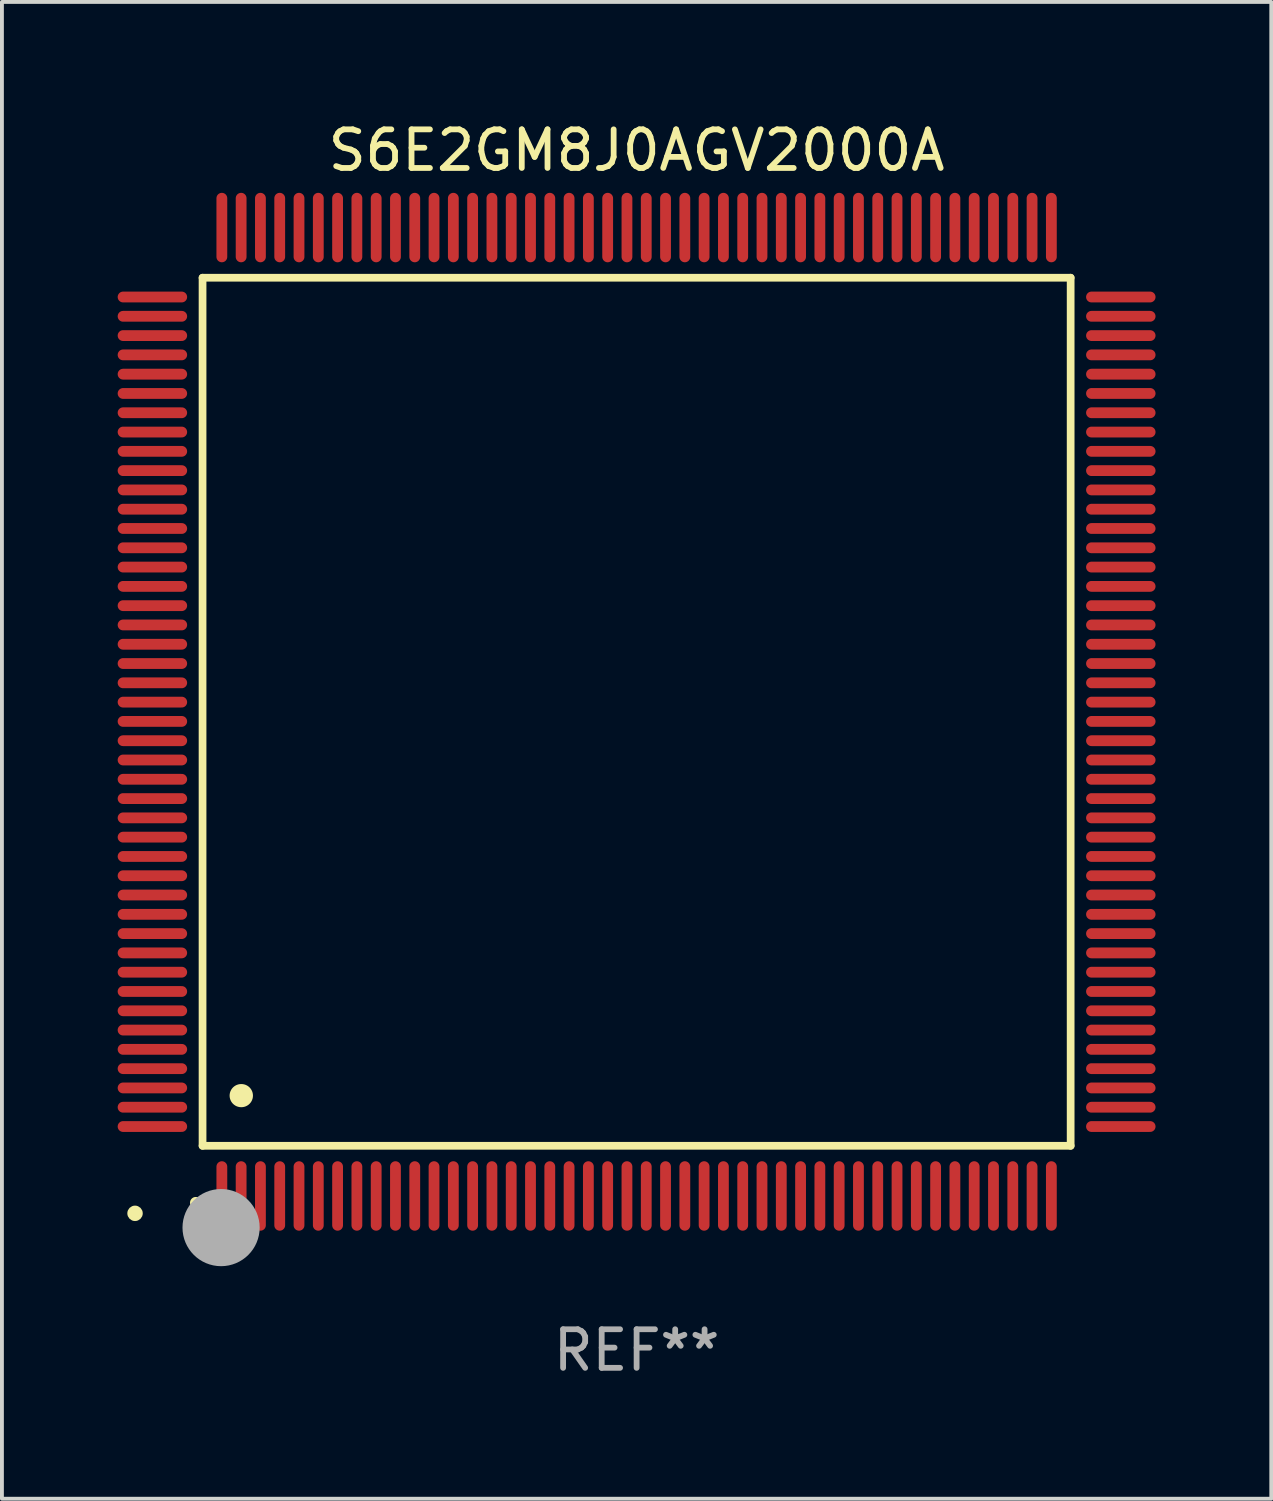
<source format=kicad_pcb>
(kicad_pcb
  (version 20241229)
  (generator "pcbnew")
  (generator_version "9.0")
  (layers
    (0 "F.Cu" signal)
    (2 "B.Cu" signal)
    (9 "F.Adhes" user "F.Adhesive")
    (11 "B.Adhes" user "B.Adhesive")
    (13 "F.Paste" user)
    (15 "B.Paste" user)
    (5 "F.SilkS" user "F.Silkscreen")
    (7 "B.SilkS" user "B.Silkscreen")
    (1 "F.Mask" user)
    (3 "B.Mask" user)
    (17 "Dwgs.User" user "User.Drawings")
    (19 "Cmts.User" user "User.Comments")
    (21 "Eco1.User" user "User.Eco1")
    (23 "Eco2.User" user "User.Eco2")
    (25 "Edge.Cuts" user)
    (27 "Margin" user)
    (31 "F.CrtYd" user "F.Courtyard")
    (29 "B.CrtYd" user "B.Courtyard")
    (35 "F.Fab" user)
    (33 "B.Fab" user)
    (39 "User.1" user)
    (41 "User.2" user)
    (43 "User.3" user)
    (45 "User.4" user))
  (footprint "S6E2GM8J0AGV2000A"
    (layer "F.Cu")
    (at 13.45 15.398)
    (property "Reference" "S6E2GM8J0AGV2000A" (at 0 -14.55 0) (layer "F.SilkS") (effects (font (size 1 1) (thickness 0.15))))
    (attr through_hole)
    (fp_line (start -11.25 -11.25) (end 11.25 -11.25) (stroke (width 0.2) (type solid)) (layer "F.SilkS"))
    (fp_line (start -11.25 11.25) (end -11.25 -11.25) (stroke (width 0.2) (type solid)) (layer "F.SilkS"))
    (fp_line (start 11.25 -11.25) (end 11.25 11.25) (stroke (width 0.2) (type solid)) (layer "F.SilkS"))
    (fp_line (start 11.25 11.25) (end -11.25 11.25) (stroke (width 0.2) (type solid)) (layer "F.SilkS"))
    (fp_arc (start -11.424943 12.725425) (mid -11.423673 12.72542) (end -11.422403 12.725425) (stroke (width 0.3) (type solid)) (layer "F.SilkS"))
    (fp_arc (start -10.24892 9.9492) (mid -10.24638 9.949189) (end -10.24384 9.9492) (stroke (width 0.6) (type solid)) (layer "F.SilkS"))
    (fp_circle (center -13 13) (end -12.9 13) (stroke (width 0.2) (type solid)) (fill no) (layer "F.SilkS"))
    (fp_circle (center -10.77 13.37) (end -10.27 13.37) (stroke (width 1) (type solid)) (fill no) (layer "F.Fab"))
    (fp_text user "REF**" (at 0 16.55 0) (layer "F.Fab") (effects (font (size 1 1) (thickness 0.15))))
    (pad "1" smd oval (at -10.75 12.55) (size 0.28 1.8) (layers "F.Cu" "F.Mask" "F.Paste"))
    (pad "2" smd oval (at -10.25 12.55) (size 0.28 1.8) (layers "F.Cu" "F.Mask" "F.Paste"))
    (pad "3" smd oval (at -9.75 12.55) (size 0.28 1.8) (layers "F.Cu" "F.Mask" "F.Paste"))
    (pad "4" smd oval (at -9.25 12.55) (size 0.28 1.8) (layers "F.Cu" "F.Mask" "F.Paste"))
    (pad "5" smd oval (at -8.75 12.55) (size 0.28 1.8) (layers "F.Cu" "F.Mask" "F.Paste"))
    (pad "6" smd oval (at -8.25 12.55) (size 0.28 1.8) (layers "F.Cu" "F.Mask" "F.Paste"))
    (pad "7" smd oval (at -7.75 12.55) (size 0.28 1.8) (layers "F.Cu" "F.Mask" "F.Paste"))
    (pad "8" smd oval (at -7.25 12.55) (size 0.28 1.8) (layers "F.Cu" "F.Mask" "F.Paste"))
    (pad "9" smd oval (at -6.75 12.55) (size 0.28 1.8) (layers "F.Cu" "F.Mask" "F.Paste"))
    (pad "10" smd oval (at -6.25 12.55) (size 0.28 1.8) (layers "F.Cu" "F.Mask" "F.Paste"))
    (pad "11" smd oval (at -5.75 12.55) (size 0.28 1.8) (layers "F.Cu" "F.Mask" "F.Paste"))
    (pad "12" smd oval (at -5.25 12.55) (size 0.28 1.8) (layers "F.Cu" "F.Mask" "F.Paste"))
    (pad "13" smd oval (at -4.75 12.55) (size 0.28 1.8) (layers "F.Cu" "F.Mask" "F.Paste"))
    (pad "14" smd oval (at -4.25 12.55) (size 0.28 1.8) (layers "F.Cu" "F.Mask" "F.Paste"))
    (pad "15" smd oval (at -3.75 12.55) (size 0.28 1.8) (layers "F.Cu" "F.Mask" "F.Paste"))
    (pad "16" smd oval (at -3.25 12.55) (size 0.28 1.8) (layers "F.Cu" "F.Mask" "F.Paste"))
    (pad "17" smd oval (at -2.75 12.55) (size 0.28 1.8) (layers "F.Cu" "F.Mask" "F.Paste"))
    (pad "18" smd oval (at -2.25 12.55) (size 0.28 1.8) (layers "F.Cu" "F.Mask" "F.Paste"))
    (pad "19" smd oval (at -1.75 12.55) (size 0.28 1.8) (layers "F.Cu" "F.Mask" "F.Paste"))
    (pad "20" smd oval (at -1.25 12.55) (size 0.28 1.8) (layers "F.Cu" "F.Mask" "F.Paste"))
    (pad "21" smd oval (at -0.75 12.55) (size 0.28 1.8) (layers "F.Cu" "F.Mask" "F.Paste"))
    (pad "22" smd oval (at -0.25 12.55) (size 0.28 1.8) (layers "F.Cu" "F.Mask" "F.Paste"))
    (pad "23" smd oval (at 0.25 12.55) (size 0.28 1.8) (layers "F.Cu" "F.Mask" "F.Paste"))
    (pad "24" smd oval (at 0.75 12.55) (size 0.28 1.8) (layers "F.Cu" "F.Mask" "F.Paste"))
    (pad "25" smd oval (at 1.25 12.55) (size 0.28 1.8) (layers "F.Cu" "F.Mask" "F.Paste"))
    (pad "26" smd oval (at 1.75 12.55) (size 0.28 1.8) (layers "F.Cu" "F.Mask" "F.Paste"))
    (pad "27" smd oval (at 2.25 12.55) (size 0.28 1.8) (layers "F.Cu" "F.Mask" "F.Paste"))
    (pad "28" smd oval (at 2.75 12.55) (size 0.28 1.8) (layers "F.Cu" "F.Mask" "F.Paste"))
    (pad "29" smd oval (at 3.25 12.55) (size 0.28 1.8) (layers "F.Cu" "F.Mask" "F.Paste"))
    (pad "30" smd oval (at 3.75 12.55) (size 0.28 1.8) (layers "F.Cu" "F.Mask" "F.Paste"))
    (pad "31" smd oval (at 4.25 12.55) (size 0.28 1.8) (layers "F.Cu" "F.Mask" "F.Paste"))
    (pad "32" smd oval (at 4.75 12.55) (size 0.28 1.8) (layers "F.Cu" "F.Mask" "F.Paste"))
    (pad "33" smd oval (at 5.25 12.55) (size 0.28 1.8) (layers "F.Cu" "F.Mask" "F.Paste"))
    (pad "34" smd oval (at 5.75 12.55) (size 0.28 1.8) (layers "F.Cu" "F.Mask" "F.Paste"))
    (pad "35" smd oval (at 6.25 12.55) (size 0.28 1.8) (layers "F.Cu" "F.Mask" "F.Paste"))
    (pad "36" smd oval (at 6.75 12.55) (size 0.28 1.8) (layers "F.Cu" "F.Mask" "F.Paste"))
    (pad "37" smd oval (at 7.25 12.55) (size 0.28 1.8) (layers "F.Cu" "F.Mask" "F.Paste"))
    (pad "38" smd oval (at 7.75 12.55) (size 0.28 1.8) (layers "F.Cu" "F.Mask" "F.Paste"))
    (pad "39" smd oval (at 8.25 12.55) (size 0.28 1.8) (layers "F.Cu" "F.Mask" "F.Paste"))
    (pad "40" smd oval (at 8.75 12.55) (size 0.28 1.8) (layers "F.Cu" "F.Mask" "F.Paste"))
    (pad "41" smd oval (at 9.25 12.55) (size 0.28 1.8) (layers "F.Cu" "F.Mask" "F.Paste"))
    (pad "42" smd oval (at 9.75 12.55) (size 0.28 1.8) (layers "F.Cu" "F.Mask" "F.Paste"))
    (pad "43" smd oval (at 10.25 12.55) (size 0.28 1.8) (layers "F.Cu" "F.Mask" "F.Paste"))
    (pad "44" smd oval (at 10.75 12.55) (size 0.28 1.8) (layers "F.Cu" "F.Mask" "F.Paste"))
    (pad "45" smd oval (at 12.55 10.75) (size 1.8 0.28) (layers "F.Cu" "F.Mask" "F.Paste"))
    (pad "46" smd oval (at 12.55 10.25) (size 1.8 0.28) (layers "F.Cu" "F.Mask" "F.Paste"))
    (pad "47" smd oval (at 12.55 9.75) (size 1.8 0.28) (layers "F.Cu" "F.Mask" "F.Paste"))
    (pad "48" smd oval (at 12.55 9.25) (size 1.8 0.28) (layers "F.Cu" "F.Mask" "F.Paste"))
    (pad "49" smd oval (at 12.55 8.75) (size 1.8 0.28) (layers "F.Cu" "F.Mask" "F.Paste"))
    (pad "50" smd oval (at 12.55 8.25) (size 1.8 0.28) (layers "F.Cu" "F.Mask" "F.Paste"))
    (pad "51" smd oval (at 12.55 7.75) (size 1.8 0.28) (layers "F.Cu" "F.Mask" "F.Paste"))
    (pad "52" smd oval (at 12.55 7.25) (size 1.8 0.28) (layers "F.Cu" "F.Mask" "F.Paste"))
    (pad "53" smd oval (at 12.55 6.75) (size 1.8 0.28) (layers "F.Cu" "F.Mask" "F.Paste"))
    (pad "54" smd oval (at 12.55 6.25) (size 1.8 0.28) (layers "F.Cu" "F.Mask" "F.Paste"))
    (pad "55" smd oval (at 12.55 5.75) (size 1.8 0.28) (layers "F.Cu" "F.Mask" "F.Paste"))
    (pad "56" smd oval (at 12.55 5.25) (size 1.8 0.28) (layers "F.Cu" "F.Mask" "F.Paste"))
    (pad "57" smd oval (at 12.55 4.75) (size 1.8 0.28) (layers "F.Cu" "F.Mask" "F.Paste"))
    (pad "58" smd oval (at 12.55 4.25) (size 1.8 0.28) (layers "F.Cu" "F.Mask" "F.Paste"))
    (pad "59" smd oval (at 12.55 3.75) (size 1.8 0.28) (layers "F.Cu" "F.Mask" "F.Paste"))
    (pad "60" smd oval (at 12.55 3.25) (size 1.8 0.28) (layers "F.Cu" "F.Mask" "F.Paste"))
    (pad "61" smd oval (at 12.55 2.75) (size 1.8 0.28) (layers "F.Cu" "F.Mask" "F.Paste"))
    (pad "62" smd oval (at 12.55 2.25) (size 1.8 0.28) (layers "F.Cu" "F.Mask" "F.Paste"))
    (pad "63" smd oval (at 12.55 1.75) (size 1.8 0.28) (layers "F.Cu" "F.Mask" "F.Paste"))
    (pad "64" smd oval (at 12.55 1.25) (size 1.8 0.28) (layers "F.Cu" "F.Mask" "F.Paste"))
    (pad "65" smd oval (at 12.55 0.75) (size 1.8 0.28) (layers "F.Cu" "F.Mask" "F.Paste"))
    (pad "66" smd oval (at 12.55 0.25) (size 1.8 0.28) (layers "F.Cu" "F.Mask" "F.Paste"))
    (pad "67" smd oval (at 12.55 -0.25) (size 1.8 0.28) (layers "F.Cu" "F.Mask" "F.Paste"))
    (pad "68" smd oval (at 12.55 -0.75) (size 1.8 0.28) (layers "F.Cu" "F.Mask" "F.Paste"))
    (pad "69" smd oval (at 12.55 -1.25) (size 1.8 0.28) (layers "F.Cu" "F.Mask" "F.Paste"))
    (pad "70" smd oval (at 12.55 -1.75) (size 1.8 0.28) (layers "F.Cu" "F.Mask" "F.Paste"))
    (pad "71" smd oval (at 12.55 -2.25) (size 1.8 0.28) (layers "F.Cu" "F.Mask" "F.Paste"))
    (pad "72" smd oval (at 12.55 -2.75) (size 1.8 0.28) (layers "F.Cu" "F.Mask" "F.Paste"))
    (pad "73" smd oval (at 12.55 -3.25) (size 1.8 0.28) (layers "F.Cu" "F.Mask" "F.Paste"))
    (pad "74" smd oval (at 12.55 -3.75) (size 1.8 0.28) (layers "F.Cu" "F.Mask" "F.Paste"))
    (pad "75" smd oval (at 12.55 -4.25) (size 1.8 0.28) (layers "F.Cu" "F.Mask" "F.Paste"))
    (pad "76" smd oval (at 12.55 -4.75) (size 1.8 0.28) (layers "F.Cu" "F.Mask" "F.Paste"))
    (pad "77" smd oval (at 12.55 -5.25) (size 1.8 0.28) (layers "F.Cu" "F.Mask" "F.Paste"))
    (pad "78" smd oval (at 12.55 -5.75) (size 1.8 0.28) (layers "F.Cu" "F.Mask" "F.Paste"))
    (pad "79" smd oval (at 12.55 -6.25) (size 1.8 0.28) (layers "F.Cu" "F.Mask" "F.Paste"))
    (pad "80" smd oval (at 12.55 -6.75) (size 1.8 0.28) (layers "F.Cu" "F.Mask" "F.Paste"))
    (pad "81" smd oval (at 12.55 -7.25) (size 1.8 0.28) (layers "F.Cu" "F.Mask" "F.Paste"))
    (pad "82" smd oval (at 12.55 -7.75) (size 1.8 0.28) (layers "F.Cu" "F.Mask" "F.Paste"))
    (pad "83" smd oval (at 12.55 -8.25) (size 1.8 0.28) (layers "F.Cu" "F.Mask" "F.Paste"))
    (pad "84" smd oval (at 12.55 -8.75) (size 1.8 0.28) (layers "F.Cu" "F.Mask" "F.Paste"))
    (pad "85" smd oval (at 12.55 -9.25) (size 1.8 0.28) (layers "F.Cu" "F.Mask" "F.Paste"))
    (pad "86" smd oval (at 12.55 -9.75) (size 1.8 0.28) (layers "F.Cu" "F.Mask" "F.Paste"))
    (pad "87" smd oval (at 12.55 -10.25) (size 1.8 0.28) (layers "F.Cu" "F.Mask" "F.Paste"))
    (pad "88" smd oval (at 12.55 -10.75) (size 1.8 0.28) (layers "F.Cu" "F.Mask" "F.Paste"))
    (pad "89" smd oval (at 10.75 -12.55) (size 0.28 1.8) (layers "F.Cu" "F.Mask" "F.Paste"))
    (pad "90" smd oval (at 10.25 -12.55) (size 0.28 1.8) (layers "F.Cu" "F.Mask" "F.Paste"))
    (pad "91" smd oval (at 9.75 -12.55) (size 0.28 1.8) (layers "F.Cu" "F.Mask" "F.Paste"))
    (pad "92" smd oval (at 9.25 -12.55) (size 0.28 1.8) (layers "F.Cu" "F.Mask" "F.Paste"))
    (pad "93" smd oval (at 8.75 -12.55) (size 0.28 1.8) (layers "F.Cu" "F.Mask" "F.Paste"))
    (pad "94" smd oval (at 8.25 -12.55) (size 0.28 1.8) (layers "F.Cu" "F.Mask" "F.Paste"))
    (pad "95" smd oval (at 7.75 -12.55) (size 0.28 1.8) (layers "F.Cu" "F.Mask" "F.Paste"))
    (pad "96" smd oval (at 7.25 -12.55) (size 0.28 1.8) (layers "F.Cu" "F.Mask" "F.Paste"))
    (pad "97" smd oval (at 6.75 -12.55) (size 0.28 1.8) (layers "F.Cu" "F.Mask" "F.Paste"))
    (pad "98" smd oval (at 6.25 -12.55) (size 0.28 1.8) (layers "F.Cu" "F.Mask" "F.Paste"))
    (pad "99" smd oval (at 5.75 -12.55) (size 0.28 1.8) (layers "F.Cu" "F.Mask" "F.Paste"))
    (pad "100" smd oval (at 5.25 -12.55) (size 0.28 1.8) (layers "F.Cu" "F.Mask" "F.Paste"))
    (pad "101" smd oval (at 4.75 -12.55) (size 0.28 1.8) (layers "F.Cu" "F.Mask" "F.Paste"))
    (pad "102" smd oval (at 4.25 -12.55) (size 0.28 1.8) (layers "F.Cu" "F.Mask" "F.Paste"))
    (pad "103" smd oval (at 3.75 -12.55) (size 0.28 1.8) (layers "F.Cu" "F.Mask" "F.Paste"))
    (pad "104" smd oval (at 3.25 -12.55) (size 0.28 1.8) (layers "F.Cu" "F.Mask" "F.Paste"))
    (pad "105" smd oval (at 2.75 -12.55) (size 0.28 1.8) (layers "F.Cu" "F.Mask" "F.Paste"))
    (pad "106" smd oval (at 2.25 -12.55) (size 0.28 1.8) (layers "F.Cu" "F.Mask" "F.Paste"))
    (pad "107" smd oval (at 1.75 -12.55) (size 0.28 1.8) (layers "F.Cu" "F.Mask" "F.Paste"))
    (pad "108" smd oval (at 1.25 -12.55) (size 0.28 1.8) (layers "F.Cu" "F.Mask" "F.Paste"))
    (pad "109" smd oval (at 0.75 -12.55) (size 0.28 1.8) (layers "F.Cu" "F.Mask" "F.Paste"))
    (pad "110" smd oval (at 0.25 -12.55) (size 0.28 1.8) (layers "F.Cu" "F.Mask" "F.Paste"))
    (pad "111" smd oval (at -0.25 -12.55) (size 0.28 1.8) (layers "F.Cu" "F.Mask" "F.Paste"))
    (pad "112" smd oval (at -0.75 -12.55) (size 0.28 1.8) (layers "F.Cu" "F.Mask" "F.Paste"))
    (pad "113" smd oval (at -1.25 -12.55) (size 0.28 1.8) (layers "F.Cu" "F.Mask" "F.Paste"))
    (pad "114" smd oval (at -1.75 -12.55) (size 0.28 1.8) (layers "F.Cu" "F.Mask" "F.Paste"))
    (pad "115" smd oval (at -2.25 -12.55) (size 0.28 1.8) (layers "F.Cu" "F.Mask" "F.Paste"))
    (pad "116" smd oval (at -2.75 -12.55) (size 0.28 1.8) (layers "F.Cu" "F.Mask" "F.Paste"))
    (pad "117" smd oval (at -3.25 -12.55) (size 0.28 1.8) (layers "F.Cu" "F.Mask" "F.Paste"))
    (pad "118" smd oval (at -3.75 -12.55) (size 0.28 1.8) (layers "F.Cu" "F.Mask" "F.Paste"))
    (pad "119" smd oval (at -4.25 -12.55) (size 0.28 1.8) (layers "F.Cu" "F.Mask" "F.Paste"))
    (pad "120" smd oval (at -4.75 -12.55) (size 0.28 1.8) (layers "F.Cu" "F.Mask" "F.Paste"))
    (pad "121" smd oval (at -5.25 -12.55) (size 0.28 1.8) (layers "F.Cu" "F.Mask" "F.Paste"))
    (pad "122" smd oval (at -5.75 -12.55) (size 0.28 1.8) (layers "F.Cu" "F.Mask" "F.Paste"))
    (pad "123" smd oval (at -6.25 -12.55) (size 0.28 1.8) (layers "F.Cu" "F.Mask" "F.Paste"))
    (pad "124" smd oval (at -6.75 -12.55) (size 0.28 1.8) (layers "F.Cu" "F.Mask" "F.Paste"))
    (pad "125" smd oval (at -7.25 -12.55) (size 0.28 1.8) (layers "F.Cu" "F.Mask" "F.Paste"))
    (pad "126" smd oval (at -7.75 -12.55) (size 0.28 1.8) (layers "F.Cu" "F.Mask" "F.Paste"))
    (pad "127" smd oval (at -8.25 -12.55) (size 0.28 1.8) (layers "F.Cu" "F.Mask" "F.Paste"))
    (pad "128" smd oval (at -8.75 -12.55) (size 0.28 1.8) (layers "F.Cu" "F.Mask" "F.Paste"))
    (pad "129" smd oval (at -9.25 -12.55) (size 0.28 1.8) (layers "F.Cu" "F.Mask" "F.Paste"))
    (pad "130" smd oval (at -9.75 -12.55) (size 0.28 1.8) (layers "F.Cu" "F.Mask" "F.Paste"))
    (pad "131" smd oval (at -10.25 -12.55) (size 0.28 1.8) (layers "F.Cu" "F.Mask" "F.Paste"))
    (pad "132" smd oval (at -10.75 -12.55) (size 0.28 1.8) (layers "F.Cu" "F.Mask" "F.Paste"))
    (pad "133" smd oval (at -12.55 -10.75) (size 1.8 0.28) (layers "F.Cu" "F.Mask" "F.Paste"))
    (pad "134" smd oval (at -12.55 -10.25) (size 1.8 0.28) (layers "F.Cu" "F.Mask" "F.Paste"))
    (pad "135" smd oval (at -12.55 -9.75) (size 1.8 0.28) (layers "F.Cu" "F.Mask" "F.Paste"))
    (pad "136" smd oval (at -12.55 -9.25) (size 1.8 0.28) (layers "F.Cu" "F.Mask" "F.Paste"))
    (pad "137" smd oval (at -12.55 -8.75) (size 1.8 0.28) (layers "F.Cu" "F.Mask" "F.Paste"))
    (pad "138" smd oval (at -12.55 -8.25) (size 1.8 0.28) (layers "F.Cu" "F.Mask" "F.Paste"))
    (pad "139" smd oval (at -12.55 -7.75) (size 1.8 0.28) (layers "F.Cu" "F.Mask" "F.Paste"))
    (pad "140" smd oval (at -12.55 -7.25) (size 1.8 0.28) (layers "F.Cu" "F.Mask" "F.Paste"))
    (pad "141" smd oval (at -12.55 -6.75) (size 1.8 0.28) (layers "F.Cu" "F.Mask" "F.Paste"))
    (pad "142" smd oval (at -12.55 -6.25) (size 1.8 0.28) (layers "F.Cu" "F.Mask" "F.Paste"))
    (pad "143" smd oval (at -12.55 -5.75) (size 1.8 0.28) (layers "F.Cu" "F.Mask" "F.Paste"))
    (pad "144" smd oval (at -12.55 -5.25) (size 1.8 0.28) (layers "F.Cu" "F.Mask" "F.Paste"))
    (pad "145" smd oval (at -12.55 -4.75) (size 1.8 0.28) (layers "F.Cu" "F.Mask" "F.Paste"))
    (pad "146" smd oval (at -12.55 -4.25) (size 1.8 0.28) (layers "F.Cu" "F.Mask" "F.Paste"))
    (pad "147" smd oval (at -12.55 -3.75) (size 1.8 0.28) (layers "F.Cu" "F.Mask" "F.Paste"))
    (pad "148" smd oval (at -12.55 -3.25) (size 1.8 0.28) (layers "F.Cu" "F.Mask" "F.Paste"))
    (pad "149" smd oval (at -12.55 -2.75) (size 1.8 0.28) (layers "F.Cu" "F.Mask" "F.Paste"))
    (pad "150" smd oval (at -12.55 -2.25) (size 1.8 0.28) (layers "F.Cu" "F.Mask" "F.Paste"))
    (pad "151" smd oval (at -12.55 -1.75) (size 1.8 0.28) (layers "F.Cu" "F.Mask" "F.Paste"))
    (pad "152" smd oval (at -12.55 -1.25) (size 1.8 0.28) (layers "F.Cu" "F.Mask" "F.Paste"))
    (pad "153" smd oval (at -12.55 -0.75) (size 1.8 0.28) (layers "F.Cu" "F.Mask" "F.Paste"))
    (pad "154" smd oval (at -12.55 -0.25) (size 1.8 0.28) (layers "F.Cu" "F.Mask" "F.Paste"))
    (pad "155" smd oval (at -12.55 0.25) (size 1.8 0.28) (layers "F.Cu" "F.Mask" "F.Paste"))
    (pad "156" smd oval (at -12.55 0.75) (size 1.8 0.28) (layers "F.Cu" "F.Mask" "F.Paste"))
    (pad "157" smd oval (at -12.55 1.25) (size 1.8 0.28) (layers "F.Cu" "F.Mask" "F.Paste"))
    (pad "158" smd oval (at -12.55 1.75) (size 1.8 0.28) (layers "F.Cu" "F.Mask" "F.Paste"))
    (pad "159" smd oval (at -12.55 2.25) (size 1.8 0.28) (layers "F.Cu" "F.Mask" "F.Paste"))
    (pad "160" smd oval (at -12.55 2.75) (size 1.8 0.28) (layers "F.Cu" "F.Mask" "F.Paste"))
    (pad "161" smd oval (at -12.55 3.25) (size 1.8 0.28) (layers "F.Cu" "F.Mask" "F.Paste"))
    (pad "162" smd oval (at -12.55 3.75) (size 1.8 0.28) (layers "F.Cu" "F.Mask" "F.Paste"))
    (pad "163" smd oval (at -12.55 4.25) (size 1.8 0.28) (layers "F.Cu" "F.Mask" "F.Paste"))
    (pad "164" smd oval (at -12.55 4.75) (size 1.8 0.28) (layers "F.Cu" "F.Mask" "F.Paste"))
    (pad "165" smd oval (at -12.55 5.25) (size 1.8 0.28) (layers "F.Cu" "F.Mask" "F.Paste"))
    (pad "166" smd oval (at -12.55 5.75) (size 1.8 0.28) (layers "F.Cu" "F.Mask" "F.Paste"))
    (pad "167" smd oval (at -12.55 6.25) (size 1.8 0.28) (layers "F.Cu" "F.Mask" "F.Paste"))
    (pad "168" smd oval (at -12.55 6.75) (size 1.8 0.28) (layers "F.Cu" "F.Mask" "F.Paste"))
    (pad "169" smd oval (at -12.55 7.25) (size 1.8 0.28) (layers "F.Cu" "F.Mask" "F.Paste"))
    (pad "170" smd oval (at -12.55 7.75) (size 1.8 0.28) (layers "F.Cu" "F.Mask" "F.Paste"))
    (pad "171" smd oval (at -12.55 8.25) (size 1.8 0.28) (layers "F.Cu" "F.Mask" "F.Paste"))
    (pad "172" smd oval (at -12.55 8.75) (size 1.8 0.28) (layers "F.Cu" "F.Mask" "F.Paste"))
    (pad "173" smd oval (at -12.55 9.25) (size 1.8 0.28) (layers "F.Cu" "F.Mask" "F.Paste"))
    (pad "174" smd oval (at -12.55 9.75) (size 1.8 0.28) (layers "F.Cu" "F.Mask" "F.Paste"))
    (pad "175" smd oval (at -12.55 10.25) (size 1.8 0.28) (layers "F.Cu" "F.Mask" "F.Paste"))
    (pad "176" smd oval (at -12.55 10.75) (size 1.8 0.28) (layers "F.Cu" "F.Mask" "F.Paste")))
  (gr_rect
    (start -3 -3)
    (end 29.9 35.796)
    (stroke (width 0.1) (type default))
    (fill no)
    (layer "Edge.Cuts")))
</source>
